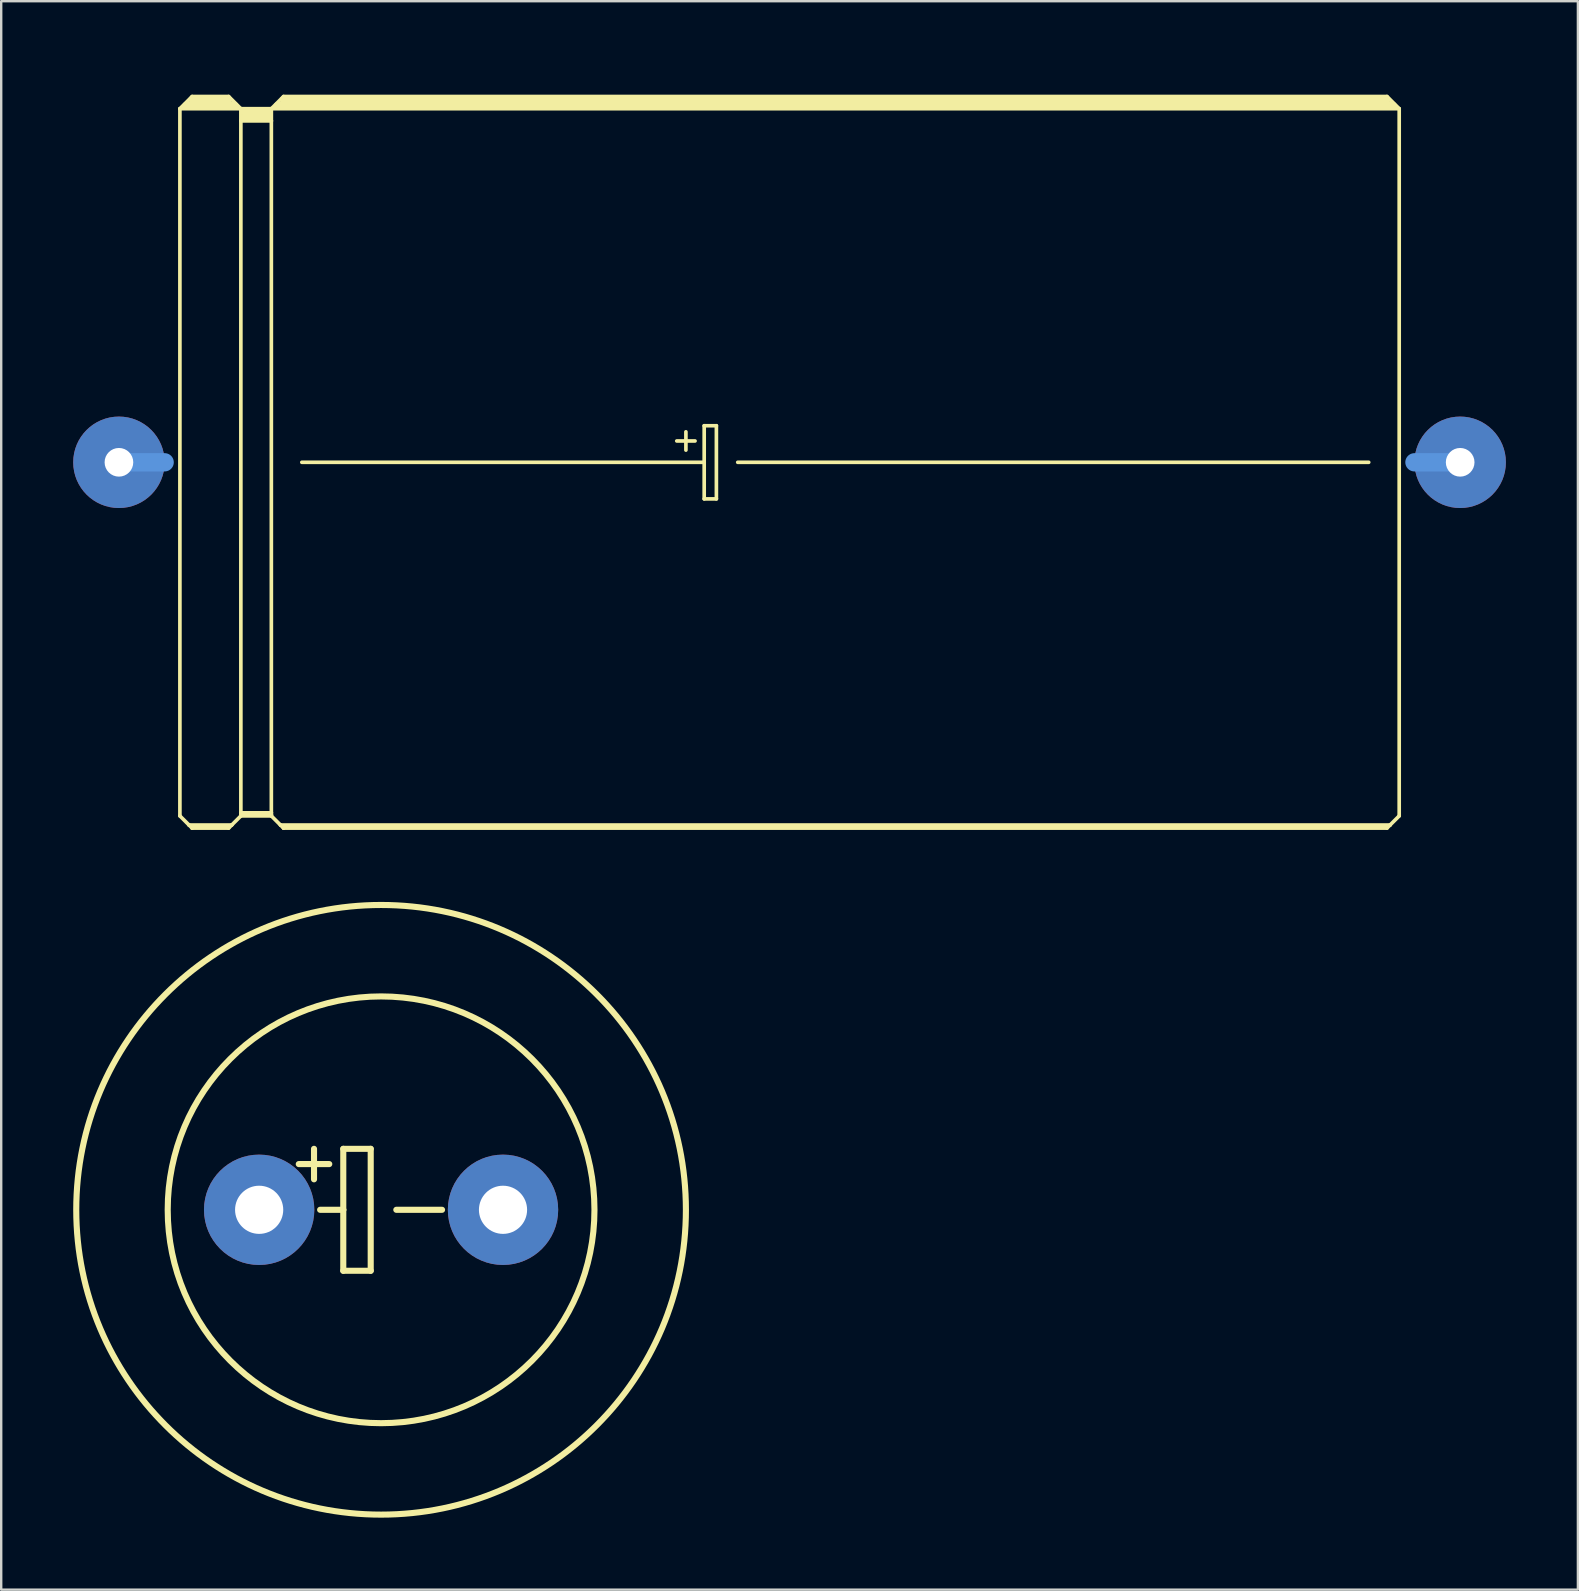
<source format=kicad_pcb>
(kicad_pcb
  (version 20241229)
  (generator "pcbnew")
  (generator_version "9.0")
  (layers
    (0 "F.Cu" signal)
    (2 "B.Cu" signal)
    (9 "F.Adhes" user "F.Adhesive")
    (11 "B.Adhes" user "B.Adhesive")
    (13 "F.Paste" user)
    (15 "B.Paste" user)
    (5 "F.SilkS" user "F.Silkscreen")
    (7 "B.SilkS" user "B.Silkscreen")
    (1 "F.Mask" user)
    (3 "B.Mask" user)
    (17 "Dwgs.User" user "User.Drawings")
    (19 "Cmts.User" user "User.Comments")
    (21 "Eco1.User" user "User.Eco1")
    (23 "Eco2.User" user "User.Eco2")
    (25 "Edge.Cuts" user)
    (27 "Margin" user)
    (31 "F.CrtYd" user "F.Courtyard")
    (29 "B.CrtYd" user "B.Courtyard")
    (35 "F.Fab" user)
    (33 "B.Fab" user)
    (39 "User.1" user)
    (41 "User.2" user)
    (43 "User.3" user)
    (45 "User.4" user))
  (footprint "EB25D"
    (layer "F.Cu")
    (at 12.827 47.354)
    (property "Reference" "EB25D" (at 13.233 -8.636 0) (layer "Eco1.User") (effects (font (size 1.778 1.778) (thickness 0.178))))
    (attr through_hole)
    (fp_line (start -2.794 -2.54) (end -2.794 -1.27) (stroke (width 0.254) (type solid)) (layer "F.SilkS"))
    (fp_line (start -2.54 0) (end -1.575 0) (stroke (width 0.254) (type solid)) (layer "F.SilkS"))
    (fp_line (start -2.159 -1.905) (end -3.429 -1.905) (stroke (width 0.254) (type solid)) (layer "F.SilkS"))
    (fp_line (start -1.575 -2.54) (end -0.432 -2.54) (stroke (width 0.254) (type solid)) (layer "F.SilkS"))
    (fp_line (start -1.575 0) (end -1.575 -2.54) (stroke (width 0.254) (type solid)) (layer "F.SilkS"))
    (fp_line (start -1.575 2.54) (end -1.575 0) (stroke (width 0.254) (type solid)) (layer "F.SilkS"))
    (fp_line (start -0.432 -2.54) (end -0.432 2.54) (stroke (width 0.254) (type solid)) (layer "F.SilkS"))
    (fp_line (start -0.432 2.54) (end -1.575 2.54) (stroke (width 0.254) (type solid)) (layer "F.SilkS"))
    (fp_line (start 0.635 0) (end 2.54 0) (stroke (width 0.254) (type solid)) (layer "F.SilkS"))
    (fp_circle (center 0 0) (end 8.89 0) (stroke (width 0.254) (type solid)) (fill no) (layer "F.SilkS"))
    (fp_circle (center 0 0) (end 12.7 0) (stroke (width 0.254) (type solid)) (fill no) (layer "F.SilkS"))
    (pad "+" thru_hole oval (at -5.08 0) (size 4.597 4.597) (drill 2.007) (layers "*.Cu" "*.Mask"))
    (pad "-" thru_hole oval (at 5.08 0) (size 4.597 4.597) (drill 2.007) (layers "*.Cu" "*.Mask")))
  (footprint "E55-30"
    (layer "F.Cu")
    (at 29.845 16.211)
    (property "Reference" "E55-30" (at -20.955 -14.859 0) (layer "Eco1.User") (effects (font (size 1.778 1.778) (thickness 0.178))))
    (attr through_hole)
    (fp_line (start -25.4 -14.732) (end -25.4 14.732) (stroke (width 0.152) (type solid)) (layer "F.SilkS"))
    (fp_line (start -25.4 -14.732) (end -24.892 -15.24) (stroke (width 0.152) (type solid)) (layer "F.SilkS"))
    (fp_line (start -25.4 -14.732) (end -22.86 -14.732) (stroke (width 0.152) (type solid)) (layer "F.SilkS"))
    (fp_line (start -25.4 14.732) (end -25.019 15.113) (stroke (width 0.152) (type solid)) (layer "F.SilkS"))
    (fp_line (start -25.146 -14.859) (end -23.114 -14.859) (stroke (width 0.305) (type solid)) (layer "F.SilkS"))
    (fp_line (start -25.019 15.113) (end -24.892 15.24) (stroke (width 0.152) (type solid)) (layer "F.SilkS"))
    (fp_line (start -25.019 15.113) (end -23.241 15.113) (stroke (width 0.152) (type solid)) (layer "F.SilkS"))
    (fp_line (start -24.892 -15.24) (end -23.368 -15.24) (stroke (width 0.152) (type solid)) (layer "F.SilkS"))
    (fp_line (start -24.892 -15.113) (end -23.368 -15.113) (stroke (width 0.305) (type solid)) (layer "F.SilkS"))
    (fp_line (start -24.892 15.189) (end -23.368 15.189) (stroke (width 0.152) (type solid)) (layer "F.SilkS"))
    (fp_line (start -24.892 15.24) (end -24.892 15.189) (stroke (width 0.152) (type solid)) (layer "F.SilkS"))
    (fp_line (start -24.892 15.24) (end -23.368 15.24) (stroke (width 0.152) (type solid)) (layer "F.SilkS"))
    (fp_line (start -23.368 -15.24) (end -22.86 -14.732) (stroke (width 0.152) (type solid)) (layer "F.SilkS"))
    (fp_line (start -23.368 15.24) (end -23.241 15.113) (stroke (width 0.152) (type solid)) (layer "F.SilkS"))
    (fp_line (start -23.241 15.113) (end -22.86 14.732) (stroke (width 0.152) (type solid)) (layer "F.SilkS"))
    (fp_line (start -22.86 -14.732) (end -21.59 -14.732) (stroke (width 0.152) (type solid)) (layer "F.SilkS"))
    (fp_line (start -22.86 -14.224) (end -22.86 -14.732) (stroke (width 0.152) (type solid)) (layer "F.SilkS"))
    (fp_line (start -22.86 -14.224) (end -21.59 -14.224) (stroke (width 0.152) (type solid)) (layer "F.SilkS"))
    (fp_line (start -22.86 14.605) (end -22.86 -14.224) (stroke (width 0.152) (type solid)) (layer "F.SilkS"))
    (fp_line (start -22.86 14.605) (end -21.59 14.605) (stroke (width 0.152) (type solid)) (layer "F.SilkS"))
    (fp_line (start -22.86 14.681) (end -22.86 14.605) (stroke (width 0.152) (type solid)) (layer "F.SilkS"))
    (fp_line (start -22.86 14.681) (end -21.59 14.681) (stroke (width 0.152) (type solid)) (layer "F.SilkS"))
    (fp_line (start -22.86 14.732) (end -22.86 14.681) (stroke (width 0.152) (type solid)) (layer "F.SilkS"))
    (fp_line (start -22.86 14.732) (end -21.59 14.732) (stroke (width 0.152) (type solid)) (layer "F.SilkS"))
    (fp_line (start -22.733 -14.605) (end -21.717 -14.605) (stroke (width 0.305) (type solid)) (layer "F.SilkS"))
    (fp_line (start -22.733 -14.351) (end -21.717 -14.351) (stroke (width 0.305) (type solid)) (layer "F.SilkS"))
    (fp_line (start -21.59 -14.732) (end -21.082 -15.24) (stroke (width 0.152) (type solid)) (layer "F.SilkS"))
    (fp_line (start -21.59 -14.732) (end 25.4 -14.732) (stroke (width 0.152) (type solid)) (layer "F.SilkS"))
    (fp_line (start -21.59 -14.224) (end -21.59 -14.732) (stroke (width 0.152) (type solid)) (layer "F.SilkS"))
    (fp_line (start -21.59 14.605) (end -21.59 -14.224) (stroke (width 0.152) (type solid)) (layer "F.SilkS"))
    (fp_line (start -21.59 14.681) (end -21.59 14.605) (stroke (width 0.152) (type solid)) (layer "F.SilkS"))
    (fp_line (start -21.59 14.732) (end -21.59 14.681) (stroke (width 0.152) (type solid)) (layer "F.SilkS"))
    (fp_line (start -21.59 14.732) (end -21.209 15.113) (stroke (width 0.152) (type solid)) (layer "F.SilkS"))
    (fp_line (start -21.336 -14.859) (end 25.146 -14.859) (stroke (width 0.305) (type solid)) (layer "F.SilkS"))
    (fp_line (start -21.209 15.113) (end -21.082 15.24) (stroke (width 0.152) (type solid)) (layer "F.SilkS"))
    (fp_line (start -21.209 15.113) (end 25.019 15.113) (stroke (width 0.152) (type solid)) (layer "F.SilkS"))
    (fp_line (start -21.082 -15.24) (end 24.892 -15.24) (stroke (width 0.152) (type solid)) (layer "F.SilkS"))
    (fp_line (start -21.082 -15.113) (end 24.892 -15.113) (stroke (width 0.305) (type solid)) (layer "F.SilkS"))
    (fp_line (start -21.082 15.189) (end 24.892 15.189) (stroke (width 0.152) (type solid)) (layer "F.SilkS"))
    (fp_line (start -21.082 15.24) (end -21.082 15.189) (stroke (width 0.152) (type solid)) (layer "F.SilkS"))
    (fp_line (start -21.082 15.24) (end 24.892 15.24) (stroke (width 0.152) (type solid)) (layer "F.SilkS"))
    (fp_line (start -20.32 0) (end -3.556 0) (stroke (width 0.152) (type solid)) (layer "F.SilkS"))
    (fp_line (start -4.699 -0.889) (end -3.937 -0.889) (stroke (width 0.152) (type solid)) (layer "F.SilkS"))
    (fp_line (start -4.318 -1.27) (end -4.318 -0.508) (stroke (width 0.152) (type solid)) (layer "F.SilkS"))
    (fp_line (start -3.556 -1.524) (end -3.556 0) (stroke (width 0.152) (type solid)) (layer "F.SilkS"))
    (fp_line (start -3.556 0) (end -3.556 1.524) (stroke (width 0.152) (type solid)) (layer "F.SilkS"))
    (fp_line (start -3.556 1.524) (end -3.048 1.524) (stroke (width 0.152) (type solid)) (layer "F.SilkS"))
    (fp_line (start -3.048 -1.524) (end -3.556 -1.524) (stroke (width 0.152) (type solid)) (layer "F.SilkS"))
    (fp_line (start -3.048 1.524) (end -3.048 -1.524) (stroke (width 0.152) (type solid)) (layer "F.SilkS"))
    (fp_line (start -2.159 0) (end 24.13 0) (stroke (width 0.152) (type solid)) (layer "F.SilkS"))
    (fp_line (start 24.892 -15.24) (end 25.4 -14.732) (stroke (width 0.152) (type solid)) (layer "F.SilkS"))
    (fp_line (start 24.892 15.24) (end 25.019 15.113) (stroke (width 0.152) (type solid)) (layer "F.SilkS"))
    (fp_line (start 25.019 15.113) (end 25.4 14.732) (stroke (width 0.152) (type solid)) (layer "F.SilkS"))
    (fp_line (start 25.4 -14.732) (end 25.4 14.732) (stroke (width 0.152) (type solid)) (layer "F.SilkS"))
    (fp_line (start -27.94 0) (end -26.035 0) (stroke (width 0.762) (type solid)) (layer "Cmts.User"))
    (fp_line (start 27.94 0) (end 26.035 0) (stroke (width 0.762) (type solid)) (layer "Cmts.User"))
    (pad "+" thru_hole oval (at -27.94 0) (size 3.81 3.81) (drill 1.194) (layers "*.Cu" "*.Mask"))
    (pad "-" thru_hole oval (at 27.94 0) (size 3.81 3.81) (drill 1.194) (layers "*.Cu" "*.Mask")))
  (gr_rect
    (start -3 -3)
    (end 62.69 63.181)
    (stroke (width 0.1) (type default))
    (fill no)
    (layer "Edge.Cuts")))
</source>
